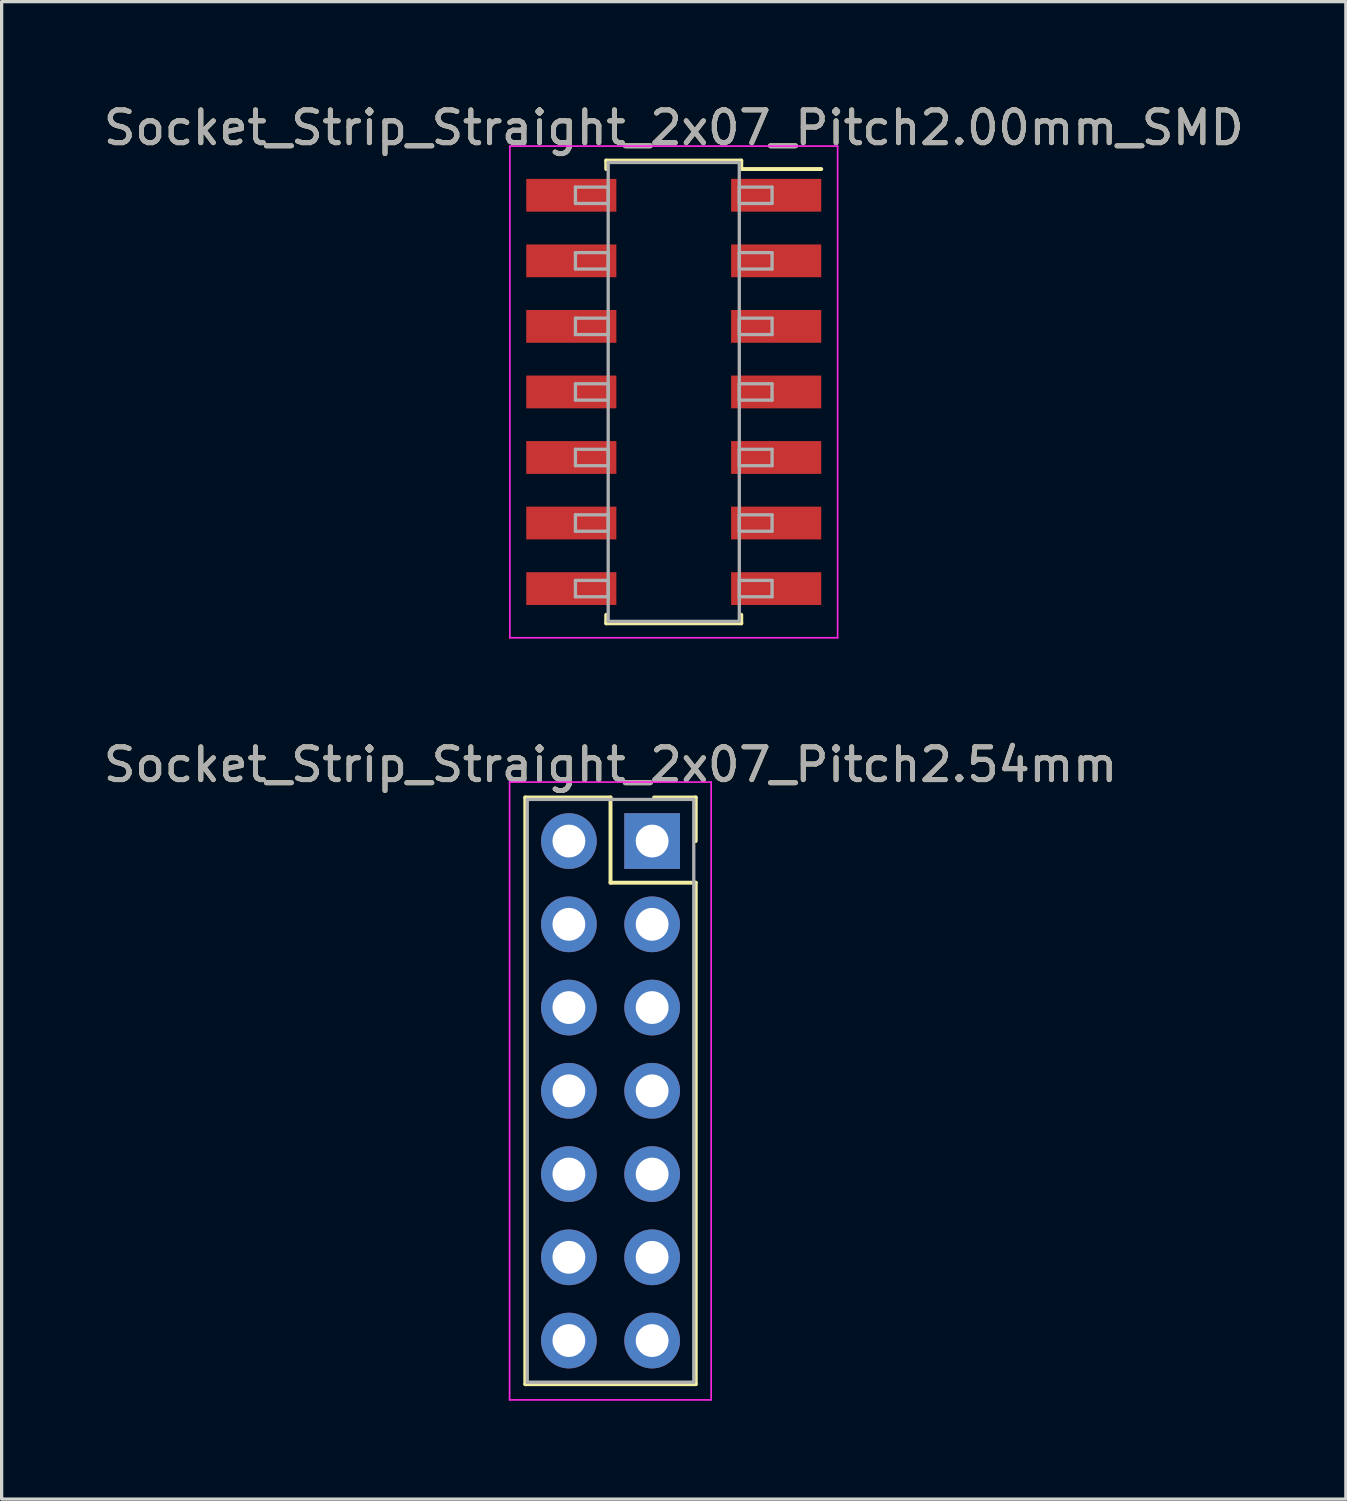
<source format=kicad_pcb>
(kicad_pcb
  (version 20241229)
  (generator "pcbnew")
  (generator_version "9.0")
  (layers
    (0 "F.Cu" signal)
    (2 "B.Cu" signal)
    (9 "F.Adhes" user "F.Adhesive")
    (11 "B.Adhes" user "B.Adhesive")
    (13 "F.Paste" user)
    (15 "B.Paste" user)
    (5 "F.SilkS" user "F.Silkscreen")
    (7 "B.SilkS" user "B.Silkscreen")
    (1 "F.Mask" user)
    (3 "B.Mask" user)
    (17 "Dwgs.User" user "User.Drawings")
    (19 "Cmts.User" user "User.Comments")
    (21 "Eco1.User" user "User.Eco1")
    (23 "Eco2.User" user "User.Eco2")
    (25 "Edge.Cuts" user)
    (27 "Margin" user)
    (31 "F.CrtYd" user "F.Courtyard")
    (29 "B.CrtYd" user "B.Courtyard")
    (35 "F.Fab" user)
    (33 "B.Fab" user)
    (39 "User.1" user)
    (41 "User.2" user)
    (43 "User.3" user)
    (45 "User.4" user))
  (footprint "Socket_Strip_Straight_2x07_Pitch2.00mm_SMD"
    (layer "F.Cu")
    (at 17.506 8.908)
    (property "Reference" "Socket_Strip_Straight_2x07_Pitch2.00mm_SMD" (at 0 -8.06 0) (layer "F.SilkS") (effects (font (size 1 1) (thickness 0.15))))
    (attr smd)
    (fp_line (start -2.06 -7.06) (end 2.06 -7.06) (stroke (width 0.12) (type solid)) (layer "F.SilkS"))
    (fp_line (start -2.06 -6.8) (end -2.06 -7.06) (stroke (width 0.12) (type solid)) (layer "F.SilkS"))
    (fp_line (start -2.06 6.8) (end -2.06 7.06) (stroke (width 0.12) (type solid)) (layer "F.SilkS"))
    (fp_line (start -2.06 7.06) (end 2.06 7.06) (stroke (width 0.12) (type solid)) (layer "F.SilkS"))
    (fp_line (start 2.06 -7.06) (end 2.06 -6.8) (stroke (width 0.12) (type solid)) (layer "F.SilkS"))
    (fp_line (start 2.06 7.06) (end 2.06 6.8) (stroke (width 0.12) (type solid)) (layer "F.SilkS"))
    (fp_line (start 4.5 -6.8) (end 2.06 -6.8) (stroke (width 0.12) (type solid)) (layer "F.SilkS"))
    (fp_line (start -5 -7.5) (end -5 7.5) (stroke (width 0.05) (type solid)) (layer "F.CrtYd"))
    (fp_line (start -5 7.5) (end 5 7.5) (stroke (width 0.05) (type solid)) (layer "F.CrtYd"))
    (fp_line (start 5 -7.5) (end -5 -7.5) (stroke (width 0.05) (type solid)) (layer "F.CrtYd"))
    (fp_line (start 5 7.5) (end 5 -7.5) (stroke (width 0.05) (type solid)) (layer "F.CrtYd"))
    (fp_line (start -3 -6.25) (end -2 -6.25) (stroke (width 0.1) (type solid)) (layer "F.Fab"))
    (fp_line (start -3 -5.75) (end -3 -6.25) (stroke (width 0.1) (type solid)) (layer "F.Fab"))
    (fp_line (start -3 -4.25) (end -2 -4.25) (stroke (width 0.1) (type solid)) (layer "F.Fab"))
    (fp_line (start -3 -3.75) (end -3 -4.25) (stroke (width 0.1) (type solid)) (layer "F.Fab"))
    (fp_line (start -3 -2.25) (end -2 -2.25) (stroke (width 0.1) (type solid)) (layer "F.Fab"))
    (fp_line (start -3 -1.75) (end -3 -2.25) (stroke (width 0.1) (type solid)) (layer "F.Fab"))
    (fp_line (start -3 -0.25) (end -2 -0.25) (stroke (width 0.1) (type solid)) (layer "F.Fab"))
    (fp_line (start -3 0.25) (end -3 -0.25) (stroke (width 0.1) (type solid)) (layer "F.Fab"))
    (fp_line (start -3 1.75) (end -2 1.75) (stroke (width 0.1) (type solid)) (layer "F.Fab"))
    (fp_line (start -3 2.25) (end -3 1.75) (stroke (width 0.1) (type solid)) (layer "F.Fab"))
    (fp_line (start -3 3.75) (end -2 3.75) (stroke (width 0.1) (type solid)) (layer "F.Fab"))
    (fp_line (start -3 4.25) (end -3 3.75) (stroke (width 0.1) (type solid)) (layer "F.Fab"))
    (fp_line (start -3 5.75) (end -2 5.75) (stroke (width 0.1) (type solid)) (layer "F.Fab"))
    (fp_line (start -3 6.25) (end -3 5.75) (stroke (width 0.1) (type solid)) (layer "F.Fab"))
    (fp_line (start -2 -7) (end -2 7) (stroke (width 0.1) (type solid)) (layer "F.Fab"))
    (fp_line (start -2 -6.25) (end -2 -5.75) (stroke (width 0.1) (type solid)) (layer "F.Fab"))
    (fp_line (start -2 -5.75) (end -3 -5.75) (stroke (width 0.1) (type solid)) (layer "F.Fab"))
    (fp_line (start -2 -4.25) (end -2 -3.75) (stroke (width 0.1) (type solid)) (layer "F.Fab"))
    (fp_line (start -2 -3.75) (end -3 -3.75) (stroke (width 0.1) (type solid)) (layer "F.Fab"))
    (fp_line (start -2 -2.25) (end -2 -1.75) (stroke (width 0.1) (type solid)) (layer "F.Fab"))
    (fp_line (start -2 -1.75) (end -3 -1.75) (stroke (width 0.1) (type solid)) (layer "F.Fab"))
    (fp_line (start -2 -0.25) (end -2 0.25) (stroke (width 0.1) (type solid)) (layer "F.Fab"))
    (fp_line (start -2 0.25) (end -3 0.25) (stroke (width 0.1) (type solid)) (layer "F.Fab"))
    (fp_line (start -2 1.75) (end -2 2.25) (stroke (width 0.1) (type solid)) (layer "F.Fab"))
    (fp_line (start -2 2.25) (end -3 2.25) (stroke (width 0.1) (type solid)) (layer "F.Fab"))
    (fp_line (start -2 3.75) (end -2 4.25) (stroke (width 0.1) (type solid)) (layer "F.Fab"))
    (fp_line (start -2 4.25) (end -3 4.25) (stroke (width 0.1) (type solid)) (layer "F.Fab"))
    (fp_line (start -2 5.75) (end -2 6.25) (stroke (width 0.1) (type solid)) (layer "F.Fab"))
    (fp_line (start -2 6.25) (end -3 6.25) (stroke (width 0.1) (type solid)) (layer "F.Fab"))
    (fp_line (start -2 7) (end 2 7) (stroke (width 0.1) (type solid)) (layer "F.Fab"))
    (fp_line (start 2 -7) (end -2 -7) (stroke (width 0.1) (type solid)) (layer "F.Fab"))
    (fp_line (start 2 -6.25) (end 2 -5.75) (stroke (width 0.1) (type solid)) (layer "F.Fab"))
    (fp_line (start 2 -5.75) (end 3 -5.75) (stroke (width 0.1) (type solid)) (layer "F.Fab"))
    (fp_line (start 2 -4.25) (end 2 -3.75) (stroke (width 0.1) (type solid)) (layer "F.Fab"))
    (fp_line (start 2 -3.75) (end 3 -3.75) (stroke (width 0.1) (type solid)) (layer "F.Fab"))
    (fp_line (start 2 -2.25) (end 2 -1.75) (stroke (width 0.1) (type solid)) (layer "F.Fab"))
    (fp_line (start 2 -1.75) (end 3 -1.75) (stroke (width 0.1) (type solid)) (layer "F.Fab"))
    (fp_line (start 2 -0.25) (end 2 0.25) (stroke (width 0.1) (type solid)) (layer "F.Fab"))
    (fp_line (start 2 0.25) (end 3 0.25) (stroke (width 0.1) (type solid)) (layer "F.Fab"))
    (fp_line (start 2 1.75) (end 2 2.25) (stroke (width 0.1) (type solid)) (layer "F.Fab"))
    (fp_line (start 2 2.25) (end 3 2.25) (stroke (width 0.1) (type solid)) (layer "F.Fab"))
    (fp_line (start 2 3.75) (end 2 4.25) (stroke (width 0.1) (type solid)) (layer "F.Fab"))
    (fp_line (start 2 4.25) (end 3 4.25) (stroke (width 0.1) (type solid)) (layer "F.Fab"))
    (fp_line (start 2 5.75) (end 2 6.25) (stroke (width 0.1) (type solid)) (layer "F.Fab"))
    (fp_line (start 2 6.25) (end 3 6.25) (stroke (width 0.1) (type solid)) (layer "F.Fab"))
    (fp_line (start 2 7) (end 2 -7) (stroke (width 0.1) (type solid)) (layer "F.Fab"))
    (fp_line (start 3 -6.25) (end 2 -6.25) (stroke (width 0.1) (type solid)) (layer "F.Fab"))
    (fp_line (start 3 -5.75) (end 3 -6.25) (stroke (width 0.1) (type solid)) (layer "F.Fab"))
    (fp_line (start 3 -4.25) (end 2 -4.25) (stroke (width 0.1) (type solid)) (layer "F.Fab"))
    (fp_line (start 3 -3.75) (end 3 -4.25) (stroke (width 0.1) (type solid)) (layer "F.Fab"))
    (fp_line (start 3 -2.25) (end 2 -2.25) (stroke (width 0.1) (type solid)) (layer "F.Fab"))
    (fp_line (start 3 -1.75) (end 3 -2.25) (stroke (width 0.1) (type solid)) (layer "F.Fab"))
    (fp_line (start 3 -0.25) (end 2 -0.25) (stroke (width 0.1) (type solid)) (layer "F.Fab"))
    (fp_line (start 3 0.25) (end 3 -0.25) (stroke (width 0.1) (type solid)) (layer "F.Fab"))
    (fp_line (start 3 1.75) (end 2 1.75) (stroke (width 0.1) (type solid)) (layer "F.Fab"))
    (fp_line (start 3 2.25) (end 3 1.75) (stroke (width 0.1) (type solid)) (layer "F.Fab"))
    (fp_line (start 3 3.75) (end 2 3.75) (stroke (width 0.1) (type solid)) (layer "F.Fab"))
    (fp_line (start 3 4.25) (end 3 3.75) (stroke (width 0.1) (type solid)) (layer "F.Fab"))
    (fp_line (start 3 5.75) (end 2 5.75) (stroke (width 0.1) (type solid)) (layer "F.Fab"))
    (fp_line (start 3 6.25) (end 3 5.75) (stroke (width 0.1) (type solid)) (layer "F.Fab"))
    (fp_text user "${REFERENCE}" (at 0 -8.06 0) (layer "F.Fab") (effects (font (size 1 1) (thickness 0.15))))
    (pad "1" smd rect (at 3.125 -6) (size 2.75 1) (layers "F.Cu" "F.Mask" "F.Paste"))
    (pad "2" smd rect (at -3.125 -6) (size 2.75 1) (layers "F.Cu" "F.Mask" "F.Paste"))
    (pad "3" smd rect (at 3.125 -4) (size 2.75 1) (layers "F.Cu" "F.Mask" "F.Paste"))
    (pad "4" smd rect (at -3.125 -4) (size 2.75 1) (layers "F.Cu" "F.Mask" "F.Paste"))
    (pad "5" smd rect (at 3.125 -2) (size 2.75 1) (layers "F.Cu" "F.Mask" "F.Paste"))
    (pad "6" smd rect (at -3.125 -2) (size 2.75 1) (layers "F.Cu" "F.Mask" "F.Paste"))
    (pad "7" smd rect (at 3.125 0) (size 2.75 1) (layers "F.Cu" "F.Mask" "F.Paste"))
    (pad "8" smd rect (at -3.125 0) (size 2.75 1) (layers "F.Cu" "F.Mask" "F.Paste"))
    (pad "9" smd rect (at 3.125 2) (size 2.75 1) (layers "F.Cu" "F.Mask" "F.Paste"))
    (pad "10" smd rect (at -3.125 2) (size 2.75 1) (layers "F.Cu" "F.Mask" "F.Paste"))
    (pad "11" smd rect (at 3.125 4) (size 2.75 1) (layers "F.Cu" "F.Mask" "F.Paste"))
    (pad "12" smd rect (at -3.125 4) (size 2.75 1) (layers "F.Cu" "F.Mask" "F.Paste"))
    (pad "13" smd rect (at 3.125 6) (size 2.75 1) (layers "F.Cu" "F.Mask" "F.Paste"))
    (pad "14" smd rect (at -3.125 6) (size 2.75 1) (layers "F.Cu" "F.Mask" "F.Paste")))
  (footprint "Socket_Strip_Straight_2x07_Pitch2.54mm"
    (layer "F.Cu")
    (at 16.847 22.611)
    (property "Reference" "Socket_Strip_Straight_2x07_Pitch2.54mm" (at -1.27 -2.33 0) (layer "F.SilkS") (effects (font (size 1 1) (thickness 0.15))))
    (attr through_hole)
    (fp_line (start -3.87 -1.33) (end -1.27 -1.33) (stroke (width 0.12) (type solid)) (layer "F.SilkS"))
    (fp_line (start -3.87 16.57) (end -3.87 -1.33) (stroke (width 0.12) (type solid)) (layer "F.SilkS"))
    (fp_line (start -1.27 -1.33) (end -1.27 1.27) (stroke (width 0.12) (type solid)) (layer "F.SilkS"))
    (fp_line (start -1.27 1.27) (end 1.33 1.27) (stroke (width 0.12) (type solid)) (layer "F.SilkS"))
    (fp_line (start 1.33 -1.33) (end 0.06 -1.33) (stroke (width 0.12) (type solid)) (layer "F.SilkS"))
    (fp_line (start 1.33 0) (end 1.33 -1.33) (stroke (width 0.12) (type solid)) (layer "F.SilkS"))
    (fp_line (start 1.33 1.27) (end 1.33 16.57) (stroke (width 0.12) (type solid)) (layer "F.SilkS"))
    (fp_line (start 1.33 16.57) (end -3.87 16.57) (stroke (width 0.12) (type solid)) (layer "F.SilkS"))
    (fp_line (start -4.35 -1.8) (end -4.35 17.05) (stroke (width 0.05) (type solid)) (layer "F.CrtYd"))
    (fp_line (start -4.35 17.05) (end 1.8 17.05) (stroke (width 0.05) (type solid)) (layer "F.CrtYd"))
    (fp_line (start 1.8 -1.8) (end -4.35 -1.8) (stroke (width 0.05) (type solid)) (layer "F.CrtYd"))
    (fp_line (start 1.8 17.05) (end 1.8 -1.8) (stroke (width 0.05) (type solid)) (layer "F.CrtYd"))
    (fp_line (start -3.81 -1.27) (end -3.81 16.51) (stroke (width 0.1) (type solid)) (layer "F.Fab"))
    (fp_line (start -3.81 16.51) (end 1.27 16.51) (stroke (width 0.1) (type solid)) (layer "F.Fab"))
    (fp_line (start 1.27 -1.27) (end -3.81 -1.27) (stroke (width 0.1) (type solid)) (layer "F.Fab"))
    (fp_line (start 1.27 16.51) (end 1.27 -1.27) (stroke (width 0.1) (type solid)) (layer "F.Fab"))
    (fp_text user "${REFERENCE}" (at -1.27 -2.33 0) (layer "F.Fab") (effects (font (size 1 1) (thickness 0.15))))
    (pad "1" thru_hole rect (at 0 0) (size 1.7 1.7) (drill 1) (layers "*.Cu" "*.Mask"))
    (pad "2" thru_hole oval (at -2.54 0) (size 1.7 1.7) (drill 1) (layers "*.Cu" "*.Mask"))
    (pad "3" thru_hole oval (at 0 2.54) (size 1.7 1.7) (drill 1) (layers "*.Cu" "*.Mask"))
    (pad "4" thru_hole oval (at -2.54 2.54) (size 1.7 1.7) (drill 1) (layers "*.Cu" "*.Mask"))
    (pad "5" thru_hole oval (at 0 5.08) (size 1.7 1.7) (drill 1) (layers "*.Cu" "*.Mask"))
    (pad "6" thru_hole oval (at -2.54 5.08) (size 1.7 1.7) (drill 1) (layers "*.Cu" "*.Mask"))
    (pad "7" thru_hole oval (at 0 7.62) (size 1.7 1.7) (drill 1) (layers "*.Cu" "*.Mask"))
    (pad "8" thru_hole oval (at -2.54 7.62) (size 1.7 1.7) (drill 1) (layers "*.Cu" "*.Mask"))
    (pad "9" thru_hole oval (at 0 10.16) (size 1.7 1.7) (drill 1) (layers "*.Cu" "*.Mask"))
    (pad "10" thru_hole oval (at -2.54 10.16) (size 1.7 1.7) (drill 1) (layers "*.Cu" "*.Mask"))
    (pad "11" thru_hole oval (at 0 12.7) (size 1.7 1.7) (drill 1) (layers "*.Cu" "*.Mask"))
    (pad "12" thru_hole oval (at -2.54 12.7) (size 1.7 1.7) (drill 1) (layers "*.Cu" "*.Mask"))
    (pad "13" thru_hole oval (at 0 15.24) (size 1.7 1.7) (drill 1) (layers "*.Cu" "*.Mask"))
    (pad "14" thru_hole oval (at -2.54 15.24) (size 1.7 1.7) (drill 1) (layers "*.Cu" "*.Mask")))
  (gr_rect
    (start -3 -3)
    (end 38.012 42.687)
    (stroke (width 0.1) (type default))
    (fill no)
    (layer "Edge.Cuts")))
</source>
